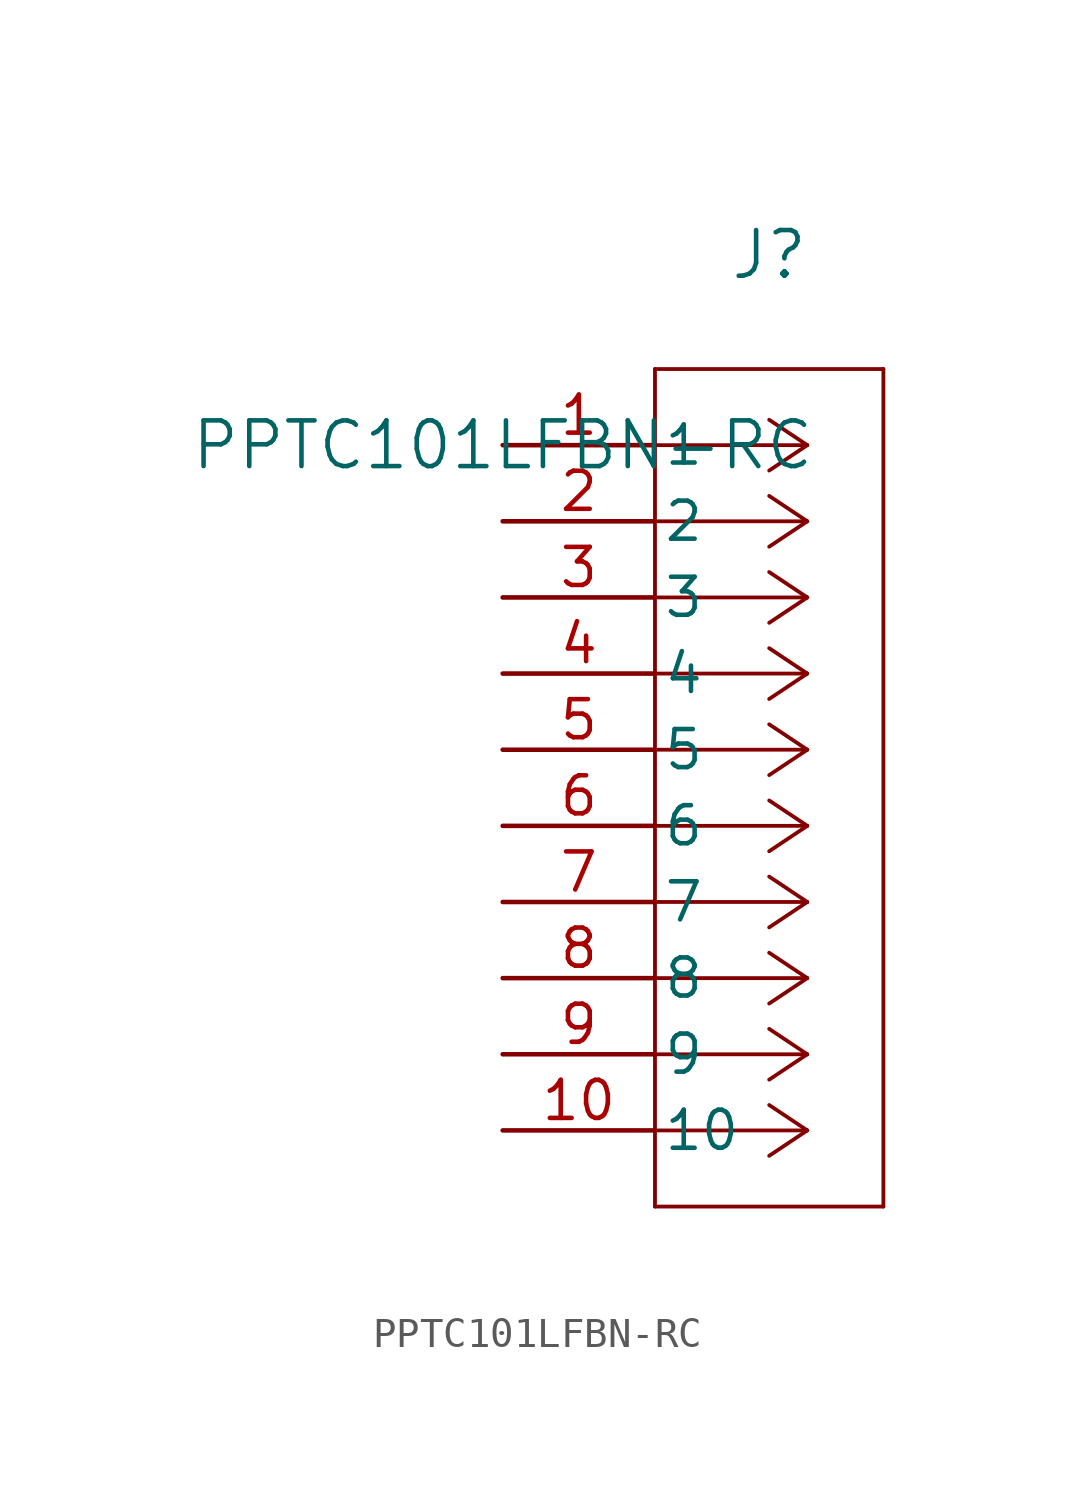
<source format=kicad_sym>
(kicad_symbol_lib
  (version 20211014)
  (generator kicad_symbol_editor)
  (symbol "PPTC101LFBN-RC"
    (pin_names
      (offset 0.254))
    (property "Reference" "J"
      (at 8.89 6.35 0)
      (effects (font (size 1.524 1.524))))
    (property "Value" "PPTC101LFBN-RC"
      (at 0 0 0)
      (effects (font (size 1.524 1.524))))
    (symbol "PPTC101LFBN-RC_0_1"
      (polyline (pts (xy 10.16 0) (xy 5.08 0)) (stroke (width 0.127) (type default) (color 0 0 0 0)) (fill (type none)))
      (polyline (pts (xy 10.16 -2.54) (xy 5.08 -2.54)) (stroke (width 0.127) (type default) (color 0 0 0 0)) (fill (type none)))
      (polyline (pts (xy 10.16 -5.08) (xy 5.08 -5.08)) (stroke (width 0.127) (type default) (color 0 0 0 0)) (fill (type none)))
      (polyline (pts (xy 10.16 -7.62) (xy 5.08 -7.62)) (stroke (width 0.127) (type default) (color 0 0 0 0)) (fill (type none)))
      (polyline (pts (xy 10.16 -10.16) (xy 5.08 -10.16)) (stroke (width 0.127) (type default) (color 0 0 0 0)) (fill (type none)))
      (polyline (pts (xy 10.16 -12.7) (xy 5.08 -12.7)) (stroke (width 0.127) (type default) (color 0 0 0 0)) (fill (type none)))
      (polyline (pts (xy 10.16 -15.24) (xy 5.08 -15.24)) (stroke (width 0.127) (type default) (color 0 0 0 0)) (fill (type none)))
      (polyline (pts (xy 10.16 -17.78) (xy 5.08 -17.78)) (stroke (width 0.127) (type default) (color 0 0 0 0)) (fill (type none)))
      (polyline (pts (xy 10.16 -20.32) (xy 5.08 -20.32)) (stroke (width 0.127) (type default) (color 0 0 0 0)) (fill (type none)))
      (polyline (pts (xy 10.16 -22.86) (xy 5.08 -22.86)) (stroke (width 0.127) (type default) (color 0 0 0 0)) (fill (type none)))
      (polyline (pts (xy 10.16 0) (xy 8.89 0.847)) (stroke (width 0.127) (type default) (color 0 0 0 0)) (fill (type none)))
      (polyline (pts (xy 10.16 -2.54) (xy 8.89 -1.693)) (stroke (width 0.127) (type default) (color 0 0 0 0)) (fill (type none)))
      (polyline (pts (xy 10.16 -5.08) (xy 8.89 -4.233)) (stroke (width 0.127) (type default) (color 0 0 0 0)) (fill (type none)))
      (polyline (pts (xy 10.16 -7.62) (xy 8.89 -6.773)) (stroke (width 0.127) (type default) (color 0 0 0 0)) (fill (type none)))
      (polyline (pts (xy 10.16 -10.16) (xy 8.89 -9.313)) (stroke (width 0.127) (type default) (color 0 0 0 0)) (fill (type none)))
      (polyline (pts (xy 10.16 -12.7) (xy 8.89 -11.853)) (stroke (width 0.127) (type default) (color 0 0 0 0)) (fill (type none)))
      (polyline (pts (xy 10.16 -15.24) (xy 8.89 -14.393)) (stroke (width 0.127) (type default) (color 0 0 0 0)) (fill (type none)))
      (polyline (pts (xy 10.16 -17.78) (xy 8.89 -16.933)) (stroke (width 0.127) (type default) (color 0 0 0 0)) (fill (type none)))
      (polyline (pts (xy 10.16 -20.32) (xy 8.89 -19.473)) (stroke (width 0.127) (type default) (color 0 0 0 0)) (fill (type none)))
      (polyline (pts (xy 10.16 -22.86) (xy 8.89 -22.013)) (stroke (width 0.127) (type default) (color 0 0 0 0)) (fill (type none)))
      (polyline (pts (xy 10.16 0) (xy 8.89 -0.847)) (stroke (width 0.127) (type default) (color 0 0 0 0)) (fill (type none)))
      (polyline (pts (xy 10.16 -2.54) (xy 8.89 -3.387)) (stroke (width 0.127) (type default) (color 0 0 0 0)) (fill (type none)))
      (polyline (pts (xy 10.16 -5.08) (xy 8.89 -5.927)) (stroke (width 0.127) (type default) (color 0 0 0 0)) (fill (type none)))
      (polyline (pts (xy 10.16 -7.62) (xy 8.89 -8.467)) (stroke (width 0.127) (type default) (color 0 0 0 0)) (fill (type none)))
      (polyline (pts (xy 10.16 -10.16) (xy 8.89 -11.007)) (stroke (width 0.127) (type default) (color 0 0 0 0)) (fill (type none)))
      (polyline (pts (xy 10.16 -12.7) (xy 8.89 -13.547)) (stroke (width 0.127) (type default) (color 0 0 0 0)) (fill (type none)))
      (polyline (pts (xy 10.16 -15.24) (xy 8.89 -16.087)) (stroke (width 0.127) (type default) (color 0 0 0 0)) (fill (type none)))
      (polyline (pts (xy 10.16 -17.78) (xy 8.89 -18.627)) (stroke (width 0.127) (type default) (color 0 0 0 0)) (fill (type none)))
      (polyline (pts (xy 10.16 -20.32) (xy 8.89 -21.167)) (stroke (width 0.127) (type default) (color 0 0 0 0)) (fill (type none)))
      (polyline (pts (xy 10.16 -22.86) (xy 8.89 -23.707)) (stroke (width 0.127) (type default) (color 0 0 0 0)) (fill (type none)))
      (polyline (pts (xy 5.08 2.54) (xy 5.08 -25.4)) (stroke (width 0.127) (type default) (color 0 0 0 0)) (fill (type none)))
      (polyline (pts (xy 5.08 -25.4) (xy 12.7 -25.4)) (stroke (width 0.127) (type default) (color 0 0 0 0)) (fill (type none)))
      (polyline (pts (xy 12.7 -25.4) (xy 12.7 2.54)) (stroke (width 0.127) (type default) (color 0 0 0 0)) (fill (type none)))
      (polyline (pts (xy 12.7 2.54) (xy 5.08 2.54)) (stroke (width 0.127) (type default) (color 0 0 0 0)) (fill (type none)))
      (pin unspecified line (at 0 0 0) (length 5.08) (name "1" (effects (font (size 1.27 1.27)))) (number "1" (effects (font (size 1.27 1.27)))))
      (pin unspecified line (at 0 -2.54 0) (length 5.08) (name "2" (effects (font (size 1.27 1.27)))) (number "2" (effects (font (size 1.27 1.27)))))
      (pin unspecified line (at 0 -5.08 0) (length 5.08) (name "3" (effects (font (size 1.27 1.27)))) (number "3" (effects (font (size 1.27 1.27)))))
      (pin unspecified line (at 0 -7.62 0) (length 5.08) (name "4" (effects (font (size 1.27 1.27)))) (number "4" (effects (font (size 1.27 1.27)))))
      (pin unspecified line (at 0 -10.16 0) (length 5.08) (name "5" (effects (font (size 1.27 1.27)))) (number "5" (effects (font (size 1.27 1.27)))))
      (pin unspecified line (at 0 -12.7 0) (length 5.08) (name "6" (effects (font (size 1.27 1.27)))) (number "6" (effects (font (size 1.27 1.27)))))
      (pin unspecified line (at 0 -15.24 0) (length 5.08) (name "7" (effects (font (size 1.27 1.27)))) (number "7" (effects (font (size 1.27 1.27)))))
      (pin unspecified line (at 0 -17.78 0) (length 5.08) (name "8" (effects (font (size 1.27 1.27)))) (number "8" (effects (font (size 1.27 1.27)))))
      (pin unspecified line (at 0 -20.32 0) (length 5.08) (name "9" (effects (font (size 1.27 1.27)))) (number "9" (effects (font (size 1.27 1.27)))))
      (pin unspecified line (at 0 -22.86 0) (length 5.08) (name "10" (effects (font (size 1.27 1.27)))) (number "10" (effects (font (size 1.27 1.27))))))))
</source>
